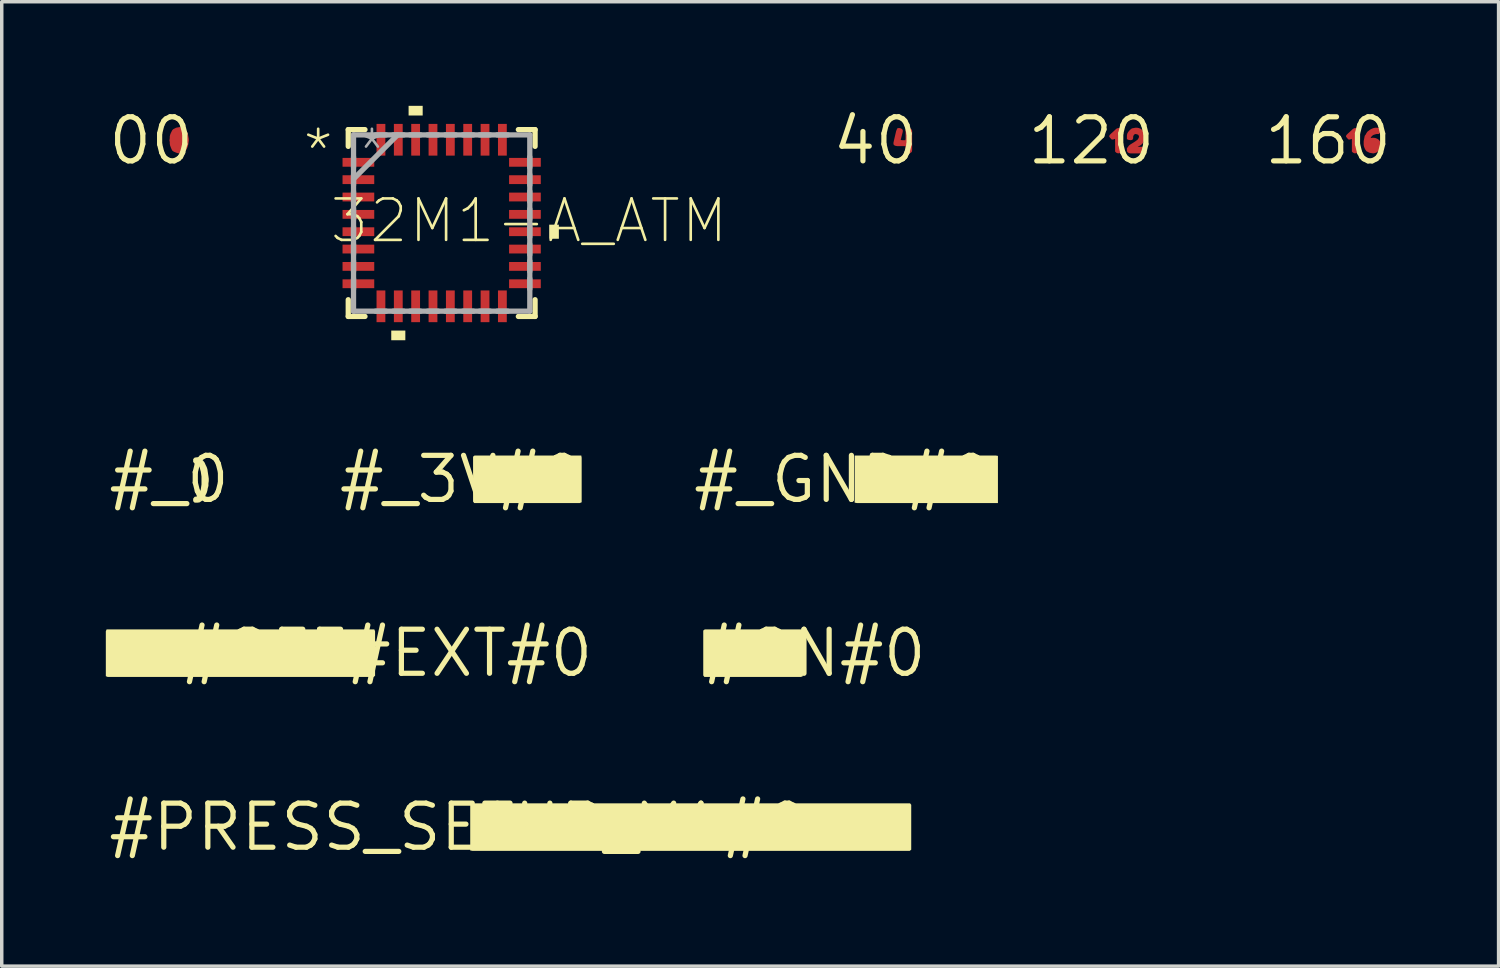
<source format=kicad_pcb>
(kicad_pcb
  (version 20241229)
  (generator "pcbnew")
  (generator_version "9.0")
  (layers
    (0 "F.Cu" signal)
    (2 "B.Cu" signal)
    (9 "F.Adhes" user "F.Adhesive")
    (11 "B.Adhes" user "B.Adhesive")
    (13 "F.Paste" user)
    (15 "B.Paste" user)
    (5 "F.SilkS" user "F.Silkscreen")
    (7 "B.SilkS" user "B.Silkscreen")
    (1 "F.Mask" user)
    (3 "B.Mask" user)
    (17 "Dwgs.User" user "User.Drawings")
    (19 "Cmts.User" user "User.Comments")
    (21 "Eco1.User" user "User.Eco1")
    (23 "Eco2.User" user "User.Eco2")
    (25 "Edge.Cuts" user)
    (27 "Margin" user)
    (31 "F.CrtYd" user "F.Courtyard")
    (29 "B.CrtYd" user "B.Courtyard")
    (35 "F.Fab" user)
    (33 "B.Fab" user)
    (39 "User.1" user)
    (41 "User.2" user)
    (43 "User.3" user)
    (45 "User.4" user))
  (footprint "#_0"
    (layer "F.Cu")
    (at 1.822 10.763)
    (property "Reference" "#_0" (at 0 0 0) (layer "F.SilkS") (effects (font (size 1.27 1.27) (thickness 0.15))))
    (fp_poly (pts (xy 0.872 -0.615) (xy 0.933 -0.584) (xy 0.984 -0.533) (xy 1.024 -0.483) (xy 1.055 -0.412) (xy 1.085 -0.352) (xy 1.105 -0.291) (xy 1.115 -0.221) (xy 1.125 -0.151) (xy 1.135 -0.091) (xy 1.145 -0.02) (xy 1.145 0.05) (xy 1.135 0.12) (xy 1.135 0.191) (xy 1.115 0.261) (xy 1.105 0.321) (xy 1.085 0.392) (xy 1.055 0.452) (xy 1.024 0.523) (xy 0.984 0.573) (xy 0.943 0.624) (xy 0.882 0.665) (xy 0.82 0.675) (xy 0.738 0.675) (xy 0.695 0.632) (xy 0.695 0.558) (xy 0.737 0.505) (xy 0.798 0.495) (xy 0.846 0.457) (xy 0.885 0.388) (xy 0.895 0.339) (xy 0.915 0.289) (xy 0.935 0.15) (xy 0.935 -0.08) (xy 0.915 -0.219) (xy 0.895 -0.289) (xy 0.885 -0.338) (xy 0.836 -0.417) (xy 0.798 -0.455) (xy 0.738 -0.455) (xy 0.695 -0.498) (xy 0.695 -0.582) (xy 0.738 -0.625) (xy 0.81 -0.635)) (stroke (width 0) (type solid)) (fill yes) (layer "F.SilkS")))
  (footprint "#ON#0"
    (layer "F.Cu")
    (at 20.423 15.775)
    (property "Reference" "#ON#0" (at 0 0 0) (layer "F.SilkS") (effects (font (size 1.27 1.27) (thickness 0.15))))
    (fp_poly (pts (xy -0.335 -0.62) (xy -0.335 0.663) (xy -0.389 0.685) (xy -3.172 0.685) (xy -3.205 0.642) (xy -3.205 -0.652) (xy -3.162 -0.685) (xy -0.346 -0.685)) (stroke (width 0) (type solid)) (fill yes) (layer "F.SilkS"))
    (fp_poly (pts (xy -2.278 -0.265) (xy -2.217 -0.234) (xy -2.166 -0.183) (xy -2.135 -0.132) (xy -2.115 -0.061) (xy -2.105 0.01) (xy -2.125 0.081) (xy -2.146 0.143) (xy -2.197 0.194) (xy -2.258 0.225) (xy -2.319 0.245) (xy -2.391 0.245) (xy -2.452 0.225) (xy -2.513 0.184) (xy -2.564 0.143) (xy -2.595 0.061) (xy -2.595 -0.081) (xy -2.574 -0.142) (xy -2.534 -0.194) (xy -2.472 -0.244) (xy -2.411 -0.265) (xy -2.35 -0.275)) (stroke (width 0) (type solid)) (fill yes) (layer "F.SilkS")))
  (footprint "32M1-A_ATM"
    (layer "F.Cu")
    (at 9.679 3.378)
    (property "Reference" "32M1-A_ATM" (at -3.277 0.635 0) (layer "F.SilkS") (effects (font (size 1.194 1.194) (thickness 0.076)) (justify left bottom)))
    (fp_line (start -2.692 -2.692) (end -2.692 -2.21) (stroke (width 0.152) (type solid)) (layer "F.SilkS"))
    (fp_line (start -2.692 2.21) (end -2.692 2.692) (stroke (width 0.152) (type solid)) (layer "F.SilkS"))
    (fp_line (start -2.692 2.692) (end -2.21 2.692) (stroke (width 0.152) (type solid)) (layer "F.SilkS"))
    (fp_line (start -2.21 -2.692) (end -2.692 -2.692) (stroke (width 0.152) (type solid)) (layer "F.SilkS"))
    (fp_line (start 2.21 2.692) (end 2.692 2.692) (stroke (width 0.152) (type solid)) (layer "F.SilkS"))
    (fp_line (start 2.692 -2.692) (end 2.21 -2.692) (stroke (width 0.152) (type solid)) (layer "F.SilkS"))
    (fp_line (start 2.692 -2.21) (end 2.692 -2.692) (stroke (width 0.152) (type solid)) (layer "F.SilkS"))
    (fp_line (start 2.692 2.692) (end 2.692 2.21) (stroke (width 0.152) (type solid)) (layer "F.SilkS"))
    (fp_poly (pts (xy -1.047 3.378) (xy -1.453 3.378) (xy -1.453 3.099) (xy -1.047 3.099)) (stroke (width 0) (type solid)) (fill yes) (layer "F.SilkS"))
    (fp_poly (pts (xy -0.547 -3.099) (xy -0.953 -3.099) (xy -0.953 -3.378) (xy -0.547 -3.378)) (stroke (width 0) (type solid)) (fill yes) (layer "F.SilkS"))
    (fp_poly (pts (xy 3.378 0.453) (xy 3.099 0.453) (xy 3.099 0.047) (xy 3.378 0.047)) (stroke (width 0) (type solid)) (fill yes) (layer "F.SilkS"))
    (fp_line (start -2.54 -2.54) (end -2.54 2.54) (stroke (width 0.152) (type solid)) (layer "F.Fab"))
    (fp_line (start -2.54 -1.905) (end -2.54 -1.6) (stroke (width 0.152) (type solid)) (layer "F.Fab"))
    (fp_line (start -2.54 -1.397) (end -2.54 -1.092) (stroke (width 0.152) (type solid)) (layer "F.Fab"))
    (fp_line (start -2.54 -1.27) (end -1.27 -2.54) (stroke (width 0.152) (type solid)) (layer "F.Fab"))
    (fp_line (start -2.54 -0.914) (end -2.54 -0.61) (stroke (width 0.152) (type solid)) (layer "F.Fab"))
    (fp_line (start -2.54 -0.406) (end -2.54 -0.102) (stroke (width 0.152) (type solid)) (layer "F.Fab"))
    (fp_line (start -2.54 0.102) (end -2.54 0.406) (stroke (width 0.152) (type solid)) (layer "F.Fab"))
    (fp_line (start -2.54 0.61) (end -2.54 0.914) (stroke (width 0.152) (type solid)) (layer "F.Fab"))
    (fp_line (start -2.54 1.092) (end -2.54 1.397) (stroke (width 0.152) (type solid)) (layer "F.Fab"))
    (fp_line (start -2.54 1.6) (end -2.54 1.905) (stroke (width 0.152) (type solid)) (layer "F.Fab"))
    (fp_line (start -2.54 2.54) (end 2.54 2.54) (stroke (width 0.152) (type solid)) (layer "F.Fab"))
    (fp_line (start -1.905 2.54) (end -1.6 2.54) (stroke (width 0.152) (type solid)) (layer "F.Fab"))
    (fp_line (start -1.6 -2.54) (end -1.905 -2.54) (stroke (width 0.152) (type solid)) (layer "F.Fab"))
    (fp_line (start -1.397 2.54) (end -1.092 2.54) (stroke (width 0.152) (type solid)) (layer "F.Fab"))
    (fp_line (start -1.092 -2.54) (end -1.397 -2.54) (stroke (width 0.152) (type solid)) (layer "F.Fab"))
    (fp_line (start -0.914 2.54) (end -0.61 2.54) (stroke (width 0.152) (type solid)) (layer "F.Fab"))
    (fp_line (start -0.61 -2.54) (end -0.914 -2.54) (stroke (width 0.152) (type solid)) (layer "F.Fab"))
    (fp_line (start -0.406 2.54) (end -0.102 2.54) (stroke (width 0.152) (type solid)) (layer "F.Fab"))
    (fp_line (start -0.102 -2.54) (end -0.406 -2.54) (stroke (width 0.152) (type solid)) (layer "F.Fab"))
    (fp_line (start 0.102 2.54) (end 0.406 2.54) (stroke (width 0.152) (type solid)) (layer "F.Fab"))
    (fp_line (start 0.406 -2.54) (end 0.102 -2.54) (stroke (width 0.152) (type solid)) (layer "F.Fab"))
    (fp_line (start 0.61 2.54) (end 0.914 2.54) (stroke (width 0.152) (type solid)) (layer "F.Fab"))
    (fp_line (start 0.914 -2.54) (end 0.61 -2.54) (stroke (width 0.152) (type solid)) (layer "F.Fab"))
    (fp_line (start 1.092 2.54) (end 1.397 2.54) (stroke (width 0.152) (type solid)) (layer "F.Fab"))
    (fp_line (start 1.397 -2.54) (end 1.092 -2.54) (stroke (width 0.152) (type solid)) (layer "F.Fab"))
    (fp_line (start 1.6 2.54) (end 1.905 2.54) (stroke (width 0.152) (type solid)) (layer "F.Fab"))
    (fp_line (start 1.905 -2.54) (end 1.6 -2.54) (stroke (width 0.152) (type solid)) (layer "F.Fab"))
    (fp_line (start 2.54 -2.54) (end -2.54 -2.54) (stroke (width 0.152) (type solid)) (layer "F.Fab"))
    (fp_line (start 2.54 -1.6) (end 2.54 -1.905) (stroke (width 0.152) (type solid)) (layer "F.Fab"))
    (fp_line (start 2.54 -1.092) (end 2.54 -1.397) (stroke (width 0.152) (type solid)) (layer "F.Fab"))
    (fp_line (start 2.54 -0.61) (end 2.54 -0.914) (stroke (width 0.152) (type solid)) (layer "F.Fab"))
    (fp_line (start 2.54 -0.102) (end 2.54 -0.406) (stroke (width 0.152) (type solid)) (layer "F.Fab"))
    (fp_line (start 2.54 0.406) (end 2.54 0.102) (stroke (width 0.152) (type solid)) (layer "F.Fab"))
    (fp_line (start 2.54 0.914) (end 2.54 0.61) (stroke (width 0.152) (type solid)) (layer "F.Fab"))
    (fp_line (start 2.54 1.397) (end 2.54 1.092) (stroke (width 0.152) (type solid)) (layer "F.Fab"))
    (fp_line (start 2.54 1.905) (end 2.54 1.6) (stroke (width 0.152) (type solid)) (layer "F.Fab"))
    (fp_line (start 2.54 2.54) (end 2.54 -2.54) (stroke (width 0.152) (type solid)) (layer "F.Fab"))
    (fp_text user "*" (at -4.064 -1.372 0) (layer "F.SilkS") (effects (font (size 1.194 1.194) (thickness 0.076)) (justify left bottom)))
    (fp_text user "*" (at -2.515 -1.372 0) (layer "F.Fab") (effects (font (size 1.194 1.194) (thickness 0.076)) (justify left bottom)))
    (pad "1" smd rect (at -2.4 -1.75 270) (size 0.254 0.914) (layers "F.Cu" "F.Mask" "F.Paste"))
    (pad "2" smd rect (at -2.4 -1.25 270) (size 0.254 0.914) (layers "F.Cu" "F.Mask" "F.Paste"))
    (pad "3" smd rect (at -2.4 -0.75 270) (size 0.254 0.914) (layers "F.Cu" "F.Mask" "F.Paste"))
    (pad "4" smd rect (at -2.4 -0.25 270) (size 0.254 0.914) (layers "F.Cu" "F.Mask" "F.Paste"))
    (pad "5" smd rect (at -2.4 0.25 270) (size 0.254 0.914) (layers "F.Cu" "F.Mask" "F.Paste"))
    (pad "6" smd rect (at -2.4 0.75 270) (size 0.254 0.914) (layers "F.Cu" "F.Mask" "F.Paste"))
    (pad "7" smd rect (at -2.4 1.25 270) (size 0.254 0.914) (layers "F.Cu" "F.Mask" "F.Paste"))
    (pad "8" smd rect (at -2.4 1.75 270) (size 0.254 0.914) (layers "F.Cu" "F.Mask" "F.Paste"))
    (pad "9" smd rect (at -1.75 2.4 180) (size 0.254 0.914) (layers "F.Cu" "F.Mask" "F.Paste"))
    (pad "10" smd rect (at -1.25 2.4 180) (size 0.254 0.914) (layers "F.Cu" "F.Mask" "F.Paste"))
    (pad "11" smd rect (at -0.75 2.4 180) (size 0.254 0.914) (layers "F.Cu" "F.Mask" "F.Paste"))
    (pad "12" smd rect (at -0.25 2.4 180) (size 0.254 0.914) (layers "F.Cu" "F.Mask" "F.Paste"))
    (pad "13" smd rect (at 0.25 2.4 180) (size 0.254 0.914) (layers "F.Cu" "F.Mask" "F.Paste"))
    (pad "14" smd rect (at 0.75 2.4 180) (size 0.254 0.914) (layers "F.Cu" "F.Mask" "F.Paste"))
    (pad "15" smd rect (at 1.25 2.4 180) (size 0.254 0.914) (layers "F.Cu" "F.Mask" "F.Paste"))
    (pad "16" smd rect (at 1.75 2.4 180) (size 0.254 0.914) (layers "F.Cu" "F.Mask" "F.Paste"))
    (pad "17" smd rect (at 2.4 1.75 270) (size 0.254 0.914) (layers "F.Cu" "F.Mask" "F.Paste"))
    (pad "18" smd rect (at 2.4 1.25 270) (size 0.254 0.914) (layers "F.Cu" "F.Mask" "F.Paste"))
    (pad "19" smd rect (at 2.4 0.75 270) (size 0.254 0.914) (layers "F.Cu" "F.Mask" "F.Paste"))
    (pad "20" smd rect (at 2.4 0.25 270) (size 0.254 0.914) (layers "F.Cu" "F.Mask" "F.Paste"))
    (pad "21" smd rect (at 2.4 -0.25 270) (size 0.254 0.914) (layers "F.Cu" "F.Mask" "F.Paste"))
    (pad "22" smd rect (at 2.4 -0.75 270) (size 0.254 0.914) (layers "F.Cu" "F.Mask" "F.Paste"))
    (pad "23" smd rect (at 2.4 -1.25 270) (size 0.254 0.914) (layers "F.Cu" "F.Mask" "F.Paste"))
    (pad "24" smd rect (at 2.4 -1.75 270) (size 0.254 0.914) (layers "F.Cu" "F.Mask" "F.Paste"))
    (pad "25" smd rect (at 1.75 -2.4 180) (size 0.254 0.914) (layers "F.Cu" "F.Mask" "F.Paste"))
    (pad "26" smd rect (at 1.25 -2.4 180) (size 0.254 0.914) (layers "F.Cu" "F.Mask" "F.Paste"))
    (pad "27" smd rect (at 0.75 -2.4 180) (size 0.254 0.914) (layers "F.Cu" "F.Mask" "F.Paste"))
    (pad "28" smd rect (at 0.25 -2.4 180) (size 0.254 0.914) (layers "F.Cu" "F.Mask" "F.Paste"))
    (pad "29" smd rect (at -0.25 -2.4 180) (size 0.254 0.914) (layers "F.Cu" "F.Mask" "F.Paste"))
    (pad "30" smd rect (at -0.75 -2.4 180) (size 0.254 0.914) (layers "F.Cu" "F.Mask" "F.Paste"))
    (pad "31" smd rect (at -1.25 -2.4 180) (size 0.254 0.914) (layers "F.Cu" "F.Mask" "F.Paste"))
    (pad "32" smd rect (at -1.75 -2.4 180) (size 0.254 0.914) (layers "F.Cu" "F.Mask" "F.Paste")))
  (footprint "160"
    (layer "F.Cu")
    (at 35.227 1.006)
    (property "Reference" "160" (at 0 0 0) (layer "F.SilkS") (effects (font (size 1.27 1.27) (thickness 0.15))))
    (fp_poly (pts (xy 0.865 -0.343) (xy 0.865 0.322) (xy 0.832 0.355) (xy 0.769 0.365) (xy 0.717 0.344) (xy 0.685 0.312) (xy 0.685 -0.039) (xy 0.678 -0.054) (xy 0.631 -0.035) (xy 0.588 -0.035) (xy 0.546 -0.077) (xy 0.515 -0.119) (xy 0.525 -0.163) (xy 0.567 -0.204) (xy 0.677 -0.304) (xy 0.717 -0.344) (xy 0.769 -0.365) (xy 0.821 -0.365)) (stroke (width 0) (type solid)) (fill yes) (layer "F.Cu"))
    (fp_poly (pts (xy 1.472 -0.365) (xy 1.505 -0.332) (xy 1.505 -0.28) (xy 1.495 -0.228) (xy 1.462 -0.195) (xy 1.401 -0.195) (xy 1.361 -0.185) (xy 1.302 -0.166) (xy 1.264 -0.136) (xy 1.234 -0.098) (xy 1.227 -0.077) (xy 1.27 -0.085) (xy 1.32 -0.085) (xy 1.371 -0.075) (xy 1.422 -0.054) (xy 1.464 -0.024) (xy 1.494 0.018) (xy 1.515 0.068) (xy 1.525 0.109) (xy 1.525 0.181) (xy 1.504 0.222) (xy 1.474 0.273) (xy 1.443 0.304) (xy 1.402 0.334) (xy 1.351 0.355) (xy 1.3 0.365) (xy 1.239 0.355) (xy 1.188 0.345) (xy 1.148 0.324) (xy 1.107 0.304) (xy 1.076 0.263) (xy 1.055 0.222) (xy 1.035 0.171) (xy 1.025 0.12) (xy 1.025 0.01) (xy 1.035 -0.041) (xy 1.045 -0.091) (xy 1.055 -0.142) (xy 1.086 -0.183) (xy 1.106 -0.223) (xy 1.136 -0.264) (xy 1.177 -0.294) (xy 1.217 -0.324) (xy 1.258 -0.345) (xy 1.309 -0.365) (xy 1.36 -0.375) (xy 1.42 -0.375)) (stroke (width 0) (type solid)) (fill yes) (layer "F.Cu")))
  (footprint "#OFF#EXT#0"
    (layer "F.Cu")
    (at 8.095 15.775)
    (property "Reference" "#OFF#EXT#0" (at 0 0 0) (layer "F.SilkS") (effects (font (size 1.27 1.27) (thickness 0.15))))
    (fp_poly (pts (xy -0.335 -0.631) (xy -0.335 0.652) (xy -0.378 0.685) (xy -8.041 0.685) (xy -8.095 0.663) (xy -8.095 -0.631) (xy -8.073 -0.685) (xy -0.357 -0.685)) (stroke (width 0) (type solid)) (fill yes) (layer "F.SilkS"))
    (fp_poly (pts (xy -7.189 -0.265) (xy -7.128 -0.245) (xy -7.066 -0.204) (xy -7.025 -0.142) (xy -7.005 -0.081) (xy -6.995 -0.01) (xy -7.005 0.062) (xy -7.036 0.123) (xy -7.076 0.173) (xy -7.127 0.224) (xy -7.189 0.245) (xy -7.26 0.245) (xy -7.322 0.235) (xy -7.383 0.204) (xy -7.485 0.102) (xy -7.485 -0.061) (xy -7.465 -0.122) (xy -7.434 -0.183) (xy -7.383 -0.234) (xy -7.322 -0.265) (xy -7.26 -0.275)) (stroke (width 0) (type solid)) (fill yes) (layer "F.SilkS")))
  (footprint "00"
    (layer "F.Cu")
    (at 1.308 1.006)
    (property "Reference" "00" (at 0 0 0) (layer "F.SilkS") (effects (font (size 1.27 1.27) (thickness 0.15))))
    (fp_poly (pts (xy 0.882 -0.385) (xy 0.922 -0.364) (xy 0.973 -0.334) (xy 1.004 -0.293) (xy 1.034 -0.252) (xy 1.055 -0.201) (xy 1.064 -0.156) (xy 1.075 -0.101) (xy 1.085 -0.05) (xy 1.085 0.000414) (xy 1.075 0.061) (xy 1.065 0.121) (xy 1.055 0.162) (xy 1.035 0.212) (xy 1.014 0.253) (xy 0.984 0.284) (xy 0.943 0.324) (xy 0.902 0.345) (xy 0.851 0.355) (xy 0.8 0.365) (xy 0.749 0.355) (xy 0.698 0.335) (xy 0.648 0.314) (xy 0.606 0.283) (xy 0.585 0.242) (xy 0.565 0.192) (xy 0.545 0.141) (xy 0.535 0.09) (xy 0.535 0.04) (xy 0.525 -0.01) (xy 0.535 -0.07) (xy 0.535 -0.12) (xy 0.545 -0.171) (xy 0.565 -0.222) (xy 0.606 -0.303) (xy 0.637 -0.334) (xy 0.678 -0.354) (xy 0.718 -0.375) (xy 0.769 -0.385) (xy 0.83 -0.395)) (stroke (width 0) (type solid)) (fill yes) (layer "F.Cu")))
  (footprint "#_3V#0"
    (layer "F.Cu")
    (at 10.249 10.763)
    (property "Reference" "#_3V#0" (at 0 0 0) (layer "F.SilkS") (effects (font (size 1.27 1.27) (thickness 0.15))))
    (fp_poly (pts (xy 3.465 -0.62) (xy 3.465 0.663) (xy 3.411 0.685) (xy 0.367 0.685) (xy 0.335 0.642) (xy 0.335 -0.652) (xy 0.378 -0.685) (xy 3.454 -0.685)) (stroke (width 0) (type solid)) (fill yes) (layer "F.SilkS")))
  (footprint "120"
    (layer "F.Cu")
    (at 28.403 1.006)
    (property "Reference" "120" (at 0 0 0) (layer "F.SilkS") (effects (font (size 1.27 1.27) (thickness 0.15))))
    (fp_poly (pts (xy 0.865 -0.343) (xy 0.865 0.322) (xy 0.832 0.355) (xy 0.769 0.365) (xy 0.717 0.344) (xy 0.685 0.312) (xy 0.685 -0.039) (xy 0.678 -0.054) (xy 0.631 -0.035) (xy 0.588 -0.035) (xy 0.546 -0.077) (xy 0.515 -0.119) (xy 0.525 -0.163) (xy 0.567 -0.204) (xy 0.677 -0.304) (xy 0.717 -0.344) (xy 0.769 -0.365) (xy 0.821 -0.365)) (stroke (width 0) (type solid)) (fill yes) (layer "F.Cu"))
    (fp_poly (pts (xy 1.371 -0.365) (xy 1.422 -0.344) (xy 1.464 -0.314) (xy 1.494 -0.273) (xy 1.524 -0.233) (xy 1.545 -0.192) (xy 1.555 -0.14) (xy 1.555 -0.09) (xy 1.545 -0.039) (xy 1.524 0.012) (xy 1.494 0.053) (xy 1.464 0.094) (xy 1.413 0.134) (xy 1.338 0.171) (xy 1.342 0.175) (xy 1.49 0.175) (xy 1.552 0.185) (xy 1.585 0.218) (xy 1.585 0.28) (xy 1.574 0.333) (xy 1.542 0.355) (xy 1.48 0.365) (xy 1.13 0.365) (xy 1.078 0.355) (xy 1.035 0.323) (xy 1.025 0.27) (xy 1.025 0.218) (xy 1.056 0.177) (xy 1.086 0.136) (xy 1.127 0.106) (xy 1.257 0.026) (xy 1.336 -0.033) (xy 1.365 -0.082) (xy 1.375 -0.12) (xy 1.356 -0.166) (xy 1.318 -0.185) (xy 1.261 -0.195) (xy 1.224 -0.167) (xy 1.205 -0.119) (xy 1.205 -0.069) (xy 1.183 -0.026) (xy 1.13 -0.015) (xy 1.068 -0.025) (xy 1.025 -0.047) (xy 1.025 -0.15) (xy 1.035 -0.202) (xy 1.056 -0.243) (xy 1.086 -0.283) (xy 1.127 -0.324) (xy 1.168 -0.355) (xy 1.219 -0.365) (xy 1.27 -0.375) (xy 1.32 -0.375)) (stroke (width 0) (type solid)) (fill yes) (layer "F.Cu")))
  (footprint "#_GND#0"
    (layer "F.Cu")
    (at 21.246 10.763)
    (property "Reference" "#_GND#0" (at 0 0 0) (layer "F.SilkS") (effects (font (size 1.27 1.27) (thickness 0.15))))
    (fp_poly (pts (xy 4.465 -0.674) (xy 4.465 0.685) (xy 0.4 0.685) (xy 0.335 0.674) (xy 0.335 -0.685) (xy 4.4 -0.685)) (stroke (width 0) (type solid)) (fill yes) (layer "F.SilkS"))
    (fp_poly (pts (xy 3.623 -0.224) (xy 3.674 -0.184) (xy 3.714 -0.133) (xy 3.745 -0.072) (xy 3.755 0) (xy 3.745 0.072) (xy 3.714 0.133) (xy 3.664 0.184) (xy 3.613 0.234) (xy 3.591 0.245) (xy 3.386 0.245) (xy 3.375 0.18) (xy 3.375 -0.223) (xy 3.418 -0.255) (xy 3.561 -0.255)) (stroke (width 0) (type solid)) (fill yes) (layer "F.SilkS")))
  (footprint "#PRESS_SETUP_X1#0"
    (layer "F.Cu")
    (at 10.167 20.787)
    (property "Reference" "#PRESS_SETUP_X1#0" (at 0 0 0) (layer "F.SilkS") (effects (font (size 1.27 1.27) (thickness 0.15))))
    (fp_poly (pts (xy 13.045 -0.642) (xy 13.045 0.652) (xy 13.002 0.685) (xy 0.4 0.685) (xy 0.335 0.674) (xy 0.335 -0.62) (xy 0.346 -0.685) (xy 13.012 -0.685)) (stroke (width 0) (type solid)) (fill yes) (layer "F.SilkS"))
    (fp_poly (pts (xy 1.203 -0.224) (xy 1.245 -0.161) (xy 1.235 -0.088) (xy 1.193 -0.036) (xy 1.162 -0.015) (xy 1.02 -0.015) (xy 0.955 -0.026) (xy 0.955 -0.233) (xy 1.009 -0.255) (xy 1.141 -0.255)) (stroke (width 0) (type solid)) (fill yes) (layer "F.SilkS"))
    (fp_poly (pts (xy 2.102 -0.255) (xy 2.164 -0.213) (xy 2.185 -0.15) (xy 2.175 -0.077) (xy 2.122 -0.035) (xy 2.05 -0.025) (xy 1.918 -0.025) (xy 1.895 -0.048) (xy 1.895 -0.265) (xy 2.04 -0.265)) (stroke (width 0) (type solid)) (fill yes) (layer "F.SilkS"))
    (fp_poly (pts (xy 10.184 -0.213) (xy 10.205 -0.15) (xy 10.195 -0.078) (xy 10.143 -0.025) (xy 10.101 -0.015) (xy 9.969 -0.015) (xy 9.915 -0.037) (xy 9.915 -0.244) (xy 9.98 -0.255) (xy 10.122 -0.255)) (stroke (width 0) (type solid)) (fill yes) (layer "F.SilkS")))
  (footprint "40"
    (layer "F.Cu")
    (at 22.183 1.006)
    (property "Reference" "40" (at 0 0 0) (layer "F.SilkS") (effects (font (size 1.27 1.27) (thickness 0.15))))
    (fp_poly (pts (xy 0.753 -0.344) (xy 0.785 -0.312) (xy 0.785 -0.259) (xy 0.726 -0.024) (xy 0.761 -0.015) (xy 0.856 -0.015) (xy 0.865 -0.051) (xy 0.865 -0.301) (xy 0.886 -0.354) (xy 0.94 -0.365) (xy 0.992 -0.365) (xy 1.034 -0.333) (xy 1.055 -0.291) (xy 1.055 0.27) (xy 1.045 0.323) (xy 1.002 0.355) (xy 0.95 0.365) (xy 0.897 0.344) (xy 0.875 0.312) (xy 0.865 0.25) (xy 0.865 0.155) (xy 0.62 0.155) (xy 0.568 0.145) (xy 0.526 0.123) (xy 0.515 0.07) (xy 0.525 0.019) (xy 0.595 -0.282) (xy 0.616 -0.332) (xy 0.637 -0.365) (xy 0.701 -0.365)) (stroke (width 0) (type solid)) (fill yes) (layer "F.Cu")))
  (gr_rect
    (start -3 -3)
    (end 40.14 24.794)
    (stroke (width 0.1) (type default))
    (fill no)
    (layer "Edge.Cuts")))
</source>
